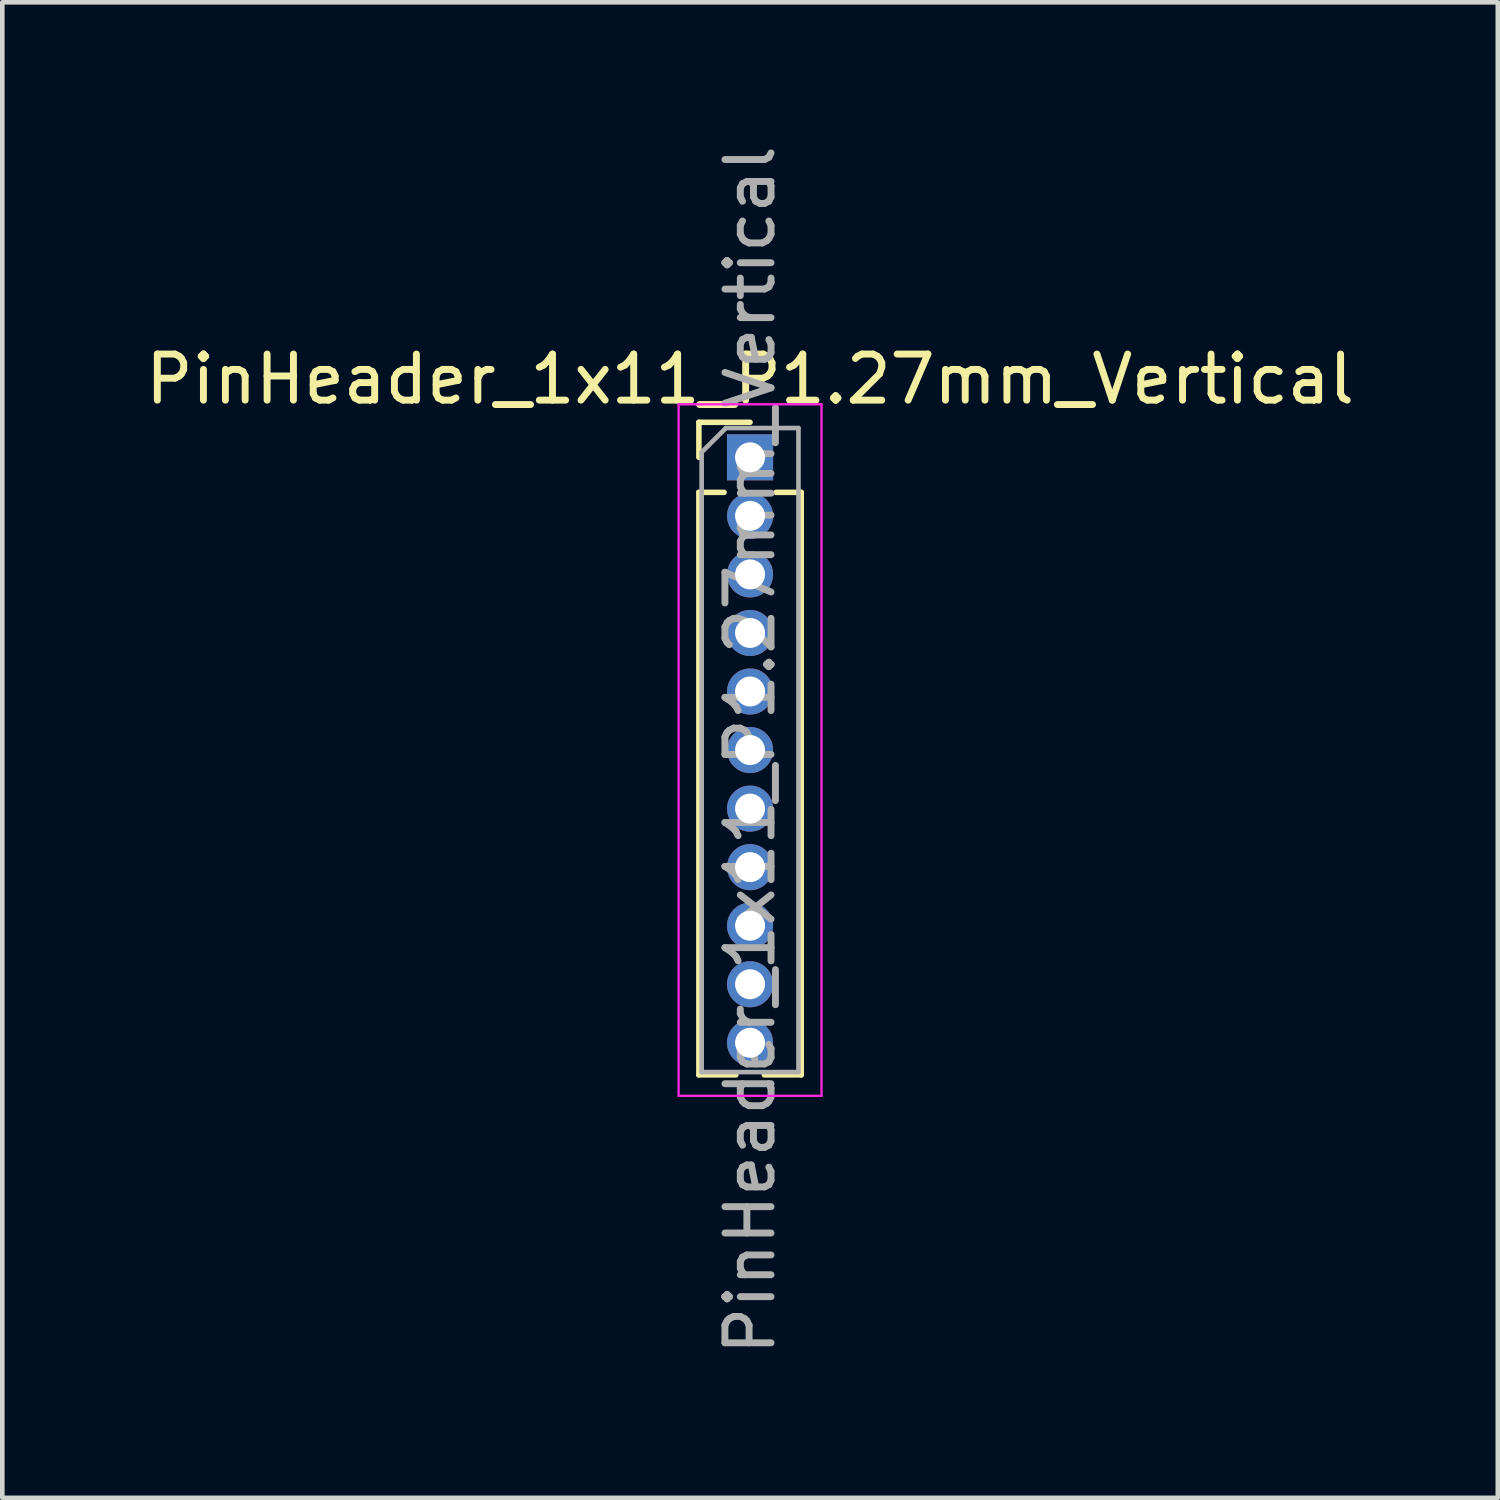
<source format=kicad_pcb>
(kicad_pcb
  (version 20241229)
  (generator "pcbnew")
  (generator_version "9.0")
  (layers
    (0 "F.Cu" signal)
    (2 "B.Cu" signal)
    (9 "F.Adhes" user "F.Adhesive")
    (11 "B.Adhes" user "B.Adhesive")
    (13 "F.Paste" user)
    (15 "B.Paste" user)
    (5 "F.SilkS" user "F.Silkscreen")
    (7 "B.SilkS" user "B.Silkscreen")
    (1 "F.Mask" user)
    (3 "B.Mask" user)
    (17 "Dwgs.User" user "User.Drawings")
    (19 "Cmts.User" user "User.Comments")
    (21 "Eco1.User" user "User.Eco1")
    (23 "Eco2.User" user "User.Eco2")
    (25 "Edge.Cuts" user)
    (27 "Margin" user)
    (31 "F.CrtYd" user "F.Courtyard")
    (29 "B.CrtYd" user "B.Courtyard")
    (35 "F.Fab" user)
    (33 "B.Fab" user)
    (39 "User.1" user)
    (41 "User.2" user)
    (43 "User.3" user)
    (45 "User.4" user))
  (footprint "PinHeader_1x11_P1.27mm_Vertical"
    (layer "F.Cu")
    (at 13.22 6.87)
    (property "Reference" "PinHeader_1x11_P1.27mm_Vertical" (at 0 -1.695 0) (layer "F.SilkS") (effects (font (size 1 1) (thickness 0.15))))
    (attr through_hole)
    (fp_line (start -1.11 -0.76) (end 0 -0.76) (stroke (width 0.12) (type solid)) (layer "F.SilkS"))
    (fp_line (start -1.11 0) (end -1.11 -0.76) (stroke (width 0.12) (type solid)) (layer "F.SilkS"))
    (fp_line (start -1.11 0.76) (end -1.11 13.395) (stroke (width 0.12) (type solid)) (layer "F.SilkS"))
    (fp_line (start -1.11 0.76) (end -0.563 0.76) (stroke (width 0.12) (type solid)) (layer "F.SilkS"))
    (fp_line (start -1.11 13.395) (end -0.308 13.395) (stroke (width 0.12) (type solid)) (layer "F.SilkS"))
    (fp_line (start 0.308 13.395) (end 1.11 13.395) (stroke (width 0.12) (type solid)) (layer "F.SilkS"))
    (fp_line (start 0.563 0.76) (end 1.11 0.76) (stroke (width 0.12) (type solid)) (layer "F.SilkS"))
    (fp_line (start 1.11 0.76) (end 1.11 13.395) (stroke (width 0.12) (type solid)) (layer "F.SilkS"))
    (fp_line (start -1.55 -1.15) (end -1.55 13.85) (stroke (width 0.05) (type solid)) (layer "F.CrtYd"))
    (fp_line (start -1.55 13.85) (end 1.55 13.85) (stroke (width 0.05) (type solid)) (layer "F.CrtYd"))
    (fp_line (start 1.55 -1.15) (end -1.55 -1.15) (stroke (width 0.05) (type solid)) (layer "F.CrtYd"))
    (fp_line (start 1.55 13.85) (end 1.55 -1.15) (stroke (width 0.05) (type solid)) (layer "F.CrtYd"))
    (fp_line (start -1.05 -0.11) (end -0.525 -0.635) (stroke (width 0.1) (type solid)) (layer "F.Fab"))
    (fp_line (start -1.05 13.335) (end -1.05 -0.11) (stroke (width 0.1) (type solid)) (layer "F.Fab"))
    (fp_line (start -0.525 -0.635) (end 1.05 -0.635) (stroke (width 0.1) (type solid)) (layer "F.Fab"))
    (fp_line (start 1.05 -0.635) (end 1.05 13.335) (stroke (width 0.1) (type solid)) (layer "F.Fab"))
    (fp_line (start 1.05 13.335) (end -1.05 13.335) (stroke (width 0.1) (type solid)) (layer "F.Fab"))
    (fp_text user "${REFERENCE}" (at 0 6.35 90) (layer "F.Fab") (effects (font (size 1 1) (thickness 0.15))))
    (pad "1" thru_hole rect (at 0 0) (size 1 1) (drill 0.65) (layers "*.Cu" "*.Mask"))
    (pad "2" thru_hole oval (at 0 1.27) (size 1 1) (drill 0.65) (layers "*.Cu" "*.Mask"))
    (pad "3" thru_hole oval (at 0 2.54) (size 1 1) (drill 0.65) (layers "*.Cu" "*.Mask"))
    (pad "4" thru_hole oval (at 0 3.81) (size 1 1) (drill 0.65) (layers "*.Cu" "*.Mask"))
    (pad "5" thru_hole oval (at 0 5.08) (size 1 1) (drill 0.65) (layers "*.Cu" "*.Mask"))
    (pad "6" thru_hole oval (at 0 6.35) (size 1 1) (drill 0.65) (layers "*.Cu" "*.Mask"))
    (pad "7" thru_hole oval (at 0 7.62) (size 1 1) (drill 0.65) (layers "*.Cu" "*.Mask"))
    (pad "8" thru_hole oval (at 0 8.89) (size 1 1) (drill 0.65) (layers "*.Cu" "*.Mask"))
    (pad "9" thru_hole oval (at 0 10.16) (size 1 1) (drill 0.65) (layers "*.Cu" "*.Mask"))
    (pad "10" thru_hole oval (at 0 11.43) (size 1 1) (drill 0.65) (layers "*.Cu" "*.Mask"))
    (pad "11" thru_hole oval (at 0 12.7) (size 1 1) (drill 0.65) (layers "*.Cu" "*.Mask")))
  (gr_rect
    (start -3 -3)
    (end 29.44 29.44)
    (stroke (width 0.1) (type default))
    (fill no)
    (layer "Edge.Cuts")))
</source>
